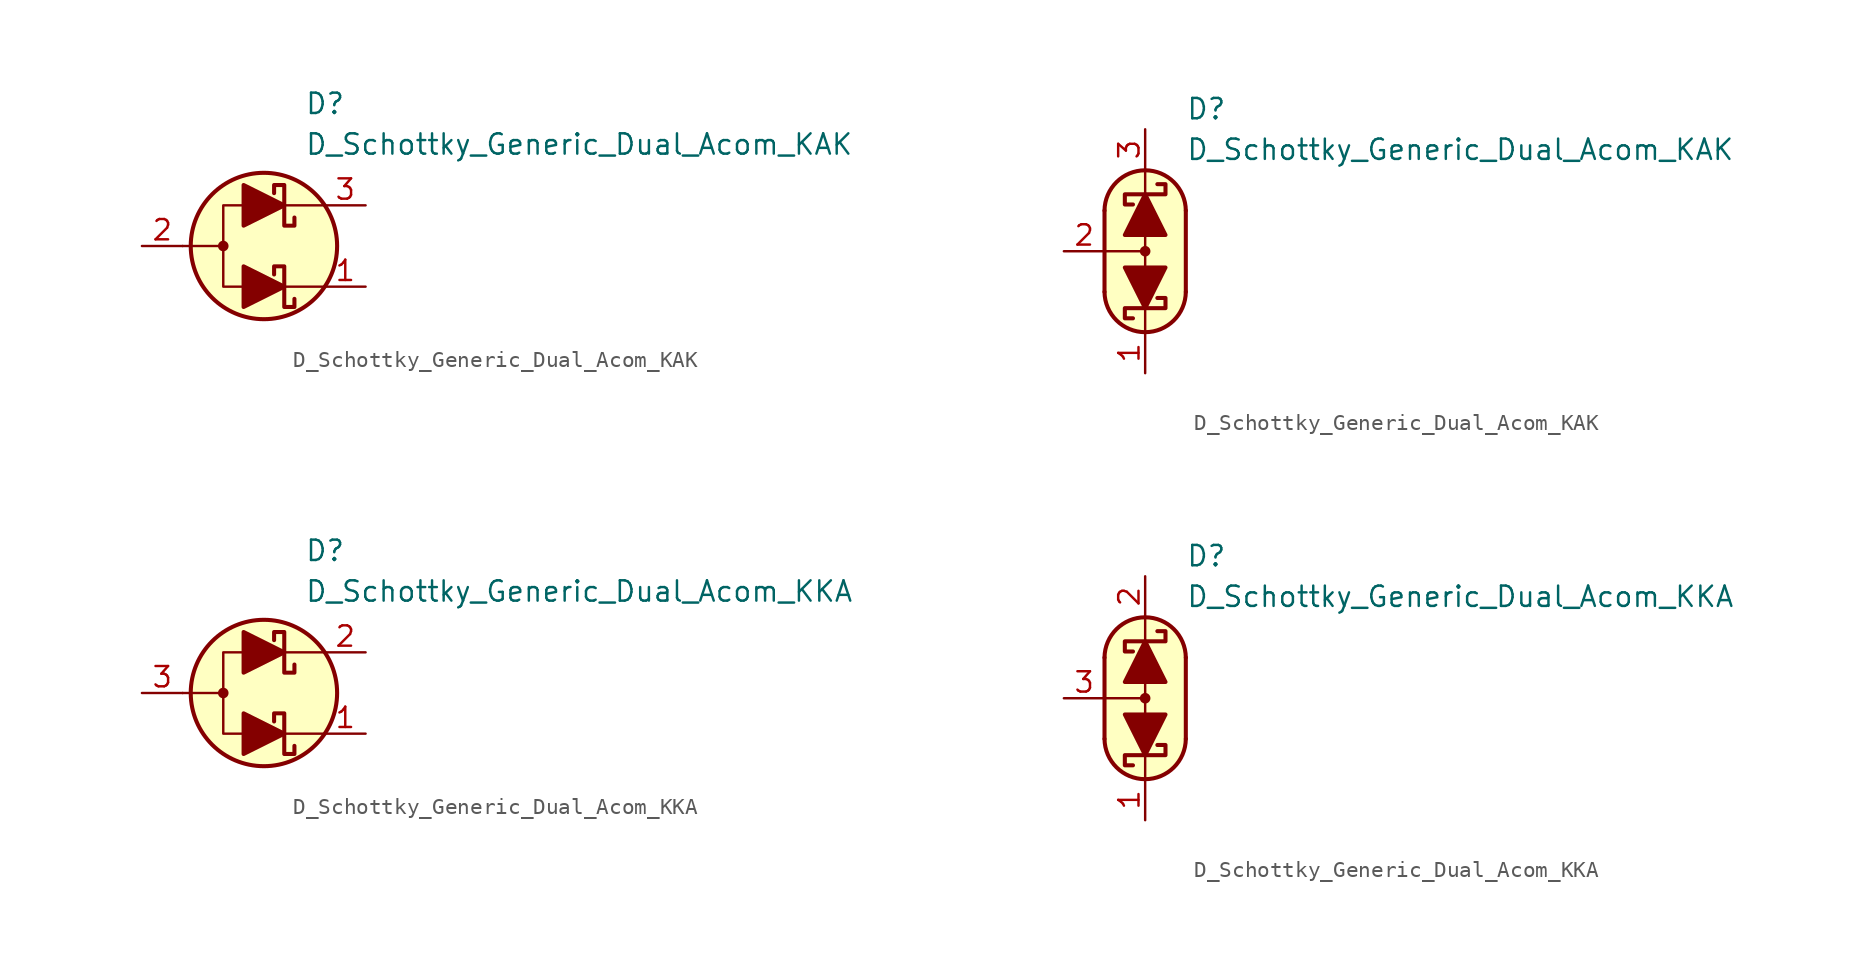
<source format=kicad_sym>
(kicad_symbol_lib
  (version 20231120)
  (generator "kicad_symbol_editor")
  (generator_version "8.0")
  (symbol "D_Schottky_Generic_Dual_Acom_KAK"
    (pin_names
      (offset 1.016) hide)
    (property "Reference" "D"
      (at 2.54 8.89 0)
      (effects (font (size 1.27 1.27)) (justify left)))
    (property "Value" "D_Schottky_Generic_Dual_Acom_KAK"
      (at 2.54 6.35 0)
      (effects (font (size 1.27 1.27)) (justify left)))
    (symbol "D_Schottky_Generic_Dual_Acom_KAK_0_1"
      (circle (center -2.54 0) (radius 0.254) (stroke (width 0) (type default)) (fill (type outline)))
      (polyline (pts (xy -5.08 0) (xy -2.54 0)) (stroke (width 0) (type default)) (fill (type none)))
      (polyline (pts (xy 1.27 -2.54) (xy 3.81 -2.54)) (stroke (width 0) (type default)) (fill (type none)))
      (polyline (pts (xy 1.27 2.54) (xy 3.81 2.54)) (stroke (width 0) (type default)) (fill (type none)))
      (polyline (pts (xy -1.27 2.54) (xy -2.54 2.54) (xy -2.54 -2.54) (xy -1.27 -2.54)) (stroke (width 0) (type default)) (fill (type none)))
      (circle (center 0 0) (radius 4.572) (stroke (width 0.254) (type default)) (fill (type background))))
    (symbol "D_Schottky_Generic_Dual_Acom_KAK_1_1"
      (polyline (pts (xy -1.27 -2.54) (xy 1.27 -2.54)) (stroke (width 0) (type default)) (fill (type none)))
      (polyline (pts (xy -1.27 2.54) (xy 1.27 2.54)) (stroke (width 0) (type default)) (fill (type none)))
      (polyline (pts (xy -1.27 -3.81) (xy -1.27 -1.27) (xy 1.27 -2.54) (xy -1.27 -3.81)) (stroke (width 0.254) (type default)) (fill (type outline)))
      (polyline (pts (xy -1.27 1.27) (xy -1.27 3.81) (xy 1.27 2.54) (xy -1.27 1.27)) (stroke (width 0.254) (type default)) (fill (type outline)))
      (polyline (pts (xy 1.905 -3.302) (xy 1.905 -3.81) (xy 1.27 -3.81) (xy 1.27 -1.27) (xy 0.635 -1.27) (xy 0.635 -1.778)) (stroke (width 0.254) (type default)) (fill (type none)))
      (polyline (pts (xy 1.905 1.778) (xy 1.905 1.27) (xy 1.27 1.27) (xy 1.27 3.81) (xy 0.635 3.81) (xy 0.635 3.302)) (stroke (width 0.254) (type default)) (fill (type none)))
      (pin passive line (at 6.35 -2.54 180) (length 2.54) (name "K1" (effects (font (size 1.27 1.27)))) (number "1" (effects (font (size 1.27 1.27)))))
      (pin passive line (at -7.62 0 0) (length 2.54) (name "A" (effects (font (size 1.27 1.27)))) (number "2" (effects (font (size 1.27 1.27)))))
      (pin passive line (at 6.35 2.54 180) (length 2.54) (name "K2" (effects (font (size 1.27 1.27)))) (number "3" (effects (font (size 1.27 1.27))))))
    (symbol "D_Schottky_Generic_Dual_Acom_KAK_1_2"
      (arc (start -2.54 -2.54) (mid 0 -5.0576) (end 2.54 -2.54) (stroke (width 0.254) (type default)) (fill (type none)))
      (polyline (pts (xy -2.54 0) (xy 0 0)) (stroke (width 0) (type default)) (fill (type none)))
      (polyline (pts (xy -2.54 2.54) (xy -2.54 -2.54)) (stroke (width 0.254) (type default)) (fill (type none)))
      (polyline (pts (xy 0 -5.08) (xy 0 -3.556)) (stroke (width 0) (type default)) (fill (type none)))
      (polyline (pts (xy 0 1.27) (xy 0 -1.27)) (stroke (width 0) (type default)) (fill (type none)))
      (polyline (pts (xy 0 5.08) (xy 0 3.556)) (stroke (width 0) (type default)) (fill (type none)))
      (polyline (pts (xy 2.54 -2.54) (xy 2.54 2.54)) (stroke (width 0.254) (type default)) (fill (type none)))
      (polyline (pts (xy -1.27 1.016) (xy 1.27 1.016) (xy 0 3.556) (xy -1.27 1.016)) (stroke (width 0.254) (type default)) (fill (type outline)))
      (polyline (pts (xy 1.27 -1.016) (xy -1.27 -1.016) (xy 0 -3.556) (xy 1.27 -1.016)) (stroke (width 0.254) (type default)) (fill (type outline)))
      (polyline (pts (xy 0.762 -2.921) (xy 1.27 -2.921) (xy 1.27 -3.556) (xy -1.27 -3.556) (xy -1.27 -4.191) (xy -0.762 -4.191)) (stroke (width 0.254) (type default)) (fill (type none)))
      (polyline (pts (xy 0.762 4.191) (xy 1.27 4.191) (xy 1.27 3.556) (xy -1.27 3.556) (xy -1.27 2.921) (xy -0.762 2.921)) (stroke (width 0.254) (type default)) (fill (type none)))
      (polyline (pts (xy 0 -5.08) (xy -1.016 -4.826) (xy -1.778 -4.318) (xy -2.286 -3.556) (xy -2.54 -3.048) (xy -2.54 2.794) (xy -2.286 3.556) (xy -1.778 4.318) (xy -1.016 4.826) (xy -0.254 5.08) (xy 0.254 5.08) (xy 1.016 4.826) (xy 1.524 4.572) (xy 2.032 4.064) (xy 2.286 3.556) (xy 2.54 2.794) (xy 2.54 -2.794) (xy 2.286 -3.556) (xy 2.032 -4.064) (xy 1.524 -4.572) (xy 1.016 -4.826) (xy 0 -5.08)) (stroke (width 0.01) (type default)) (fill (type background)))
      (circle (center 0 0) (radius 0.254) (stroke (width 0) (type default)) (fill (type outline)))
      (arc (start 2.54 2.54) (mid 0 5.0576) (end -2.54 2.54) (stroke (width 0.254) (type default)) (fill (type none)))
      (pin passive line (at 0 -7.62 90) (length 2.54) (name "K1" (effects (font (size 1.27 1.27)))) (number "1" (effects (font (size 1.27 1.27)))))
      (pin passive line (at -5.08 0 0) (length 2.54) (name "A" (effects (font (size 1.27 1.27)))) (number "2" (effects (font (size 1.27 1.27)))))
      (pin passive line (at 0 7.62 270) (length 2.54) (name "K2" (effects (font (size 1.27 1.27)))) (number "3" (effects (font (size 1.27 1.27)))))))
  (symbol "D_Schottky_Generic_Dual_Acom_KKA"
    (pin_names
      (offset 1.016) hide)
    (property "Reference" "D"
      (at 2.54 8.89 0)
      (effects (font (size 1.27 1.27)) (justify left)))
    (property "Value" "D_Schottky_Generic_Dual_Acom_KKA"
      (at 2.54 6.35 0)
      (effects (font (size 1.27 1.27)) (justify left)))
    (symbol "D_Schottky_Generic_Dual_Acom_KKA_0_1"
      (circle (center -2.54 0) (radius 0.254) (stroke (width 0) (type default)) (fill (type outline)))
      (polyline (pts (xy -5.08 0) (xy -2.54 0)) (stroke (width 0) (type default)) (fill (type none)))
      (polyline (pts (xy 1.27 -2.54) (xy 3.81 -2.54)) (stroke (width 0) (type default)) (fill (type none)))
      (polyline (pts (xy 1.27 2.54) (xy 3.81 2.54)) (stroke (width 0) (type default)) (fill (type none)))
      (polyline (pts (xy -1.27 2.54) (xy -2.54 2.54) (xy -2.54 -2.54) (xy -1.27 -2.54)) (stroke (width 0) (type default)) (fill (type none)))
      (circle (center 0 0) (radius 4.572) (stroke (width 0.254) (type default)) (fill (type background))))
    (symbol "D_Schottky_Generic_Dual_Acom_KKA_1_1"
      (polyline (pts (xy -1.27 -2.54) (xy 1.27 -2.54)) (stroke (width 0) (type default)) (fill (type none)))
      (polyline (pts (xy -1.27 2.54) (xy 1.27 2.54)) (stroke (width 0) (type default)) (fill (type none)))
      (polyline (pts (xy -1.27 -3.81) (xy -1.27 -1.27) (xy 1.27 -2.54) (xy -1.27 -3.81)) (stroke (width 0.254) (type default)) (fill (type outline)))
      (polyline (pts (xy -1.27 1.27) (xy -1.27 3.81) (xy 1.27 2.54) (xy -1.27 1.27)) (stroke (width 0.254) (type default)) (fill (type outline)))
      (polyline (pts (xy 1.905 -3.302) (xy 1.905 -3.81) (xy 1.27 -3.81) (xy 1.27 -1.27) (xy 0.635 -1.27) (xy 0.635 -1.778)) (stroke (width 0.254) (type default)) (fill (type none)))
      (polyline (pts (xy 1.905 1.778) (xy 1.905 1.27) (xy 1.27 1.27) (xy 1.27 3.81) (xy 0.635 3.81) (xy 0.635 3.302)) (stroke (width 0.254) (type default)) (fill (type none)))
      (pin passive line (at 6.35 -2.54 180) (length 2.54) (name "K1" (effects (font (size 1.27 1.27)))) (number "1" (effects (font (size 1.27 1.27)))))
      (pin passive line (at 6.35 2.54 180) (length 2.54) (name "K2" (effects (font (size 1.27 1.27)))) (number "2" (effects (font (size 1.27 1.27)))))
      (pin passive line (at -7.62 0 0) (length 2.54) (name "A" (effects (font (size 1.27 1.27)))) (number "3" (effects (font (size 1.27 1.27))))))
    (symbol "D_Schottky_Generic_Dual_Acom_KKA_1_2"
      (arc (start -2.54 -2.54) (mid 0 -5.0576) (end 2.54 -2.54) (stroke (width 0.254) (type default)) (fill (type none)))
      (polyline (pts (xy -2.54 0) (xy 0 0)) (stroke (width 0) (type default)) (fill (type none)))
      (polyline (pts (xy -2.54 2.54) (xy -2.54 -2.54)) (stroke (width 0.254) (type default)) (fill (type none)))
      (polyline (pts (xy 0 -5.08) (xy 0 -3.556)) (stroke (width 0) (type default)) (fill (type none)))
      (polyline (pts (xy 0 1.27) (xy 0 -1.27)) (stroke (width 0) (type default)) (fill (type none)))
      (polyline (pts (xy 0 5.08) (xy 0 3.556)) (stroke (width 0) (type default)) (fill (type none)))
      (polyline (pts (xy 2.54 -2.54) (xy 2.54 2.54)) (stroke (width 0.254) (type default)) (fill (type none)))
      (polyline (pts (xy -1.27 1.016) (xy 1.27 1.016) (xy 0 3.556) (xy -1.27 1.016)) (stroke (width 0.254) (type default)) (fill (type outline)))
      (polyline (pts (xy 1.27 -1.016) (xy -1.27 -1.016) (xy 0 -3.556) (xy 1.27 -1.016)) (stroke (width 0.254) (type default)) (fill (type outline)))
      (polyline (pts (xy 0.762 -2.921) (xy 1.27 -2.921) (xy 1.27 -3.556) (xy -1.27 -3.556) (xy -1.27 -4.191) (xy -0.762 -4.191)) (stroke (width 0.254) (type default)) (fill (type none)))
      (polyline (pts (xy 0.762 4.191) (xy 1.27 4.191) (xy 1.27 3.556) (xy -1.27 3.556) (xy -1.27 2.921) (xy -0.762 2.921)) (stroke (width 0.254) (type default)) (fill (type none)))
      (polyline (pts (xy 0 -5.08) (xy -1.016 -4.826) (xy -1.778 -4.318) (xy -2.286 -3.556) (xy -2.54 -3.048) (xy -2.54 2.794) (xy -2.286 3.556) (xy -1.778 4.318) (xy -1.016 4.826) (xy -0.254 5.08) (xy 0.254 5.08) (xy 1.016 4.826) (xy 1.524 4.572) (xy 2.032 4.064) (xy 2.286 3.556) (xy 2.54 2.794) (xy 2.54 -2.794) (xy 2.286 -3.556) (xy 2.032 -4.064) (xy 1.524 -4.572) (xy 1.016 -4.826) (xy 0 -5.08)) (stroke (width 0.01) (type default)) (fill (type background)))
      (circle (center 0 0) (radius 0.254) (stroke (width 0) (type default)) (fill (type outline)))
      (arc (start 2.54 2.54) (mid 0 5.0576) (end -2.54 2.54) (stroke (width 0.254) (type default)) (fill (type none)))
      (pin passive line (at 0 -7.62 90) (length 2.54) (name "K1" (effects (font (size 1.27 1.27)))) (number "1" (effects (font (size 1.27 1.27)))))
      (pin passive line (at 0 7.62 270) (length 2.54) (name "K2" (effects (font (size 1.27 1.27)))) (number "2" (effects (font (size 1.27 1.27)))))
      (pin passive line (at -5.08 0 0) (length 2.54) (name "A" (effects (font (size 1.27 1.27)))) (number "3" (effects (font (size 1.27 1.27))))))))
</source>
